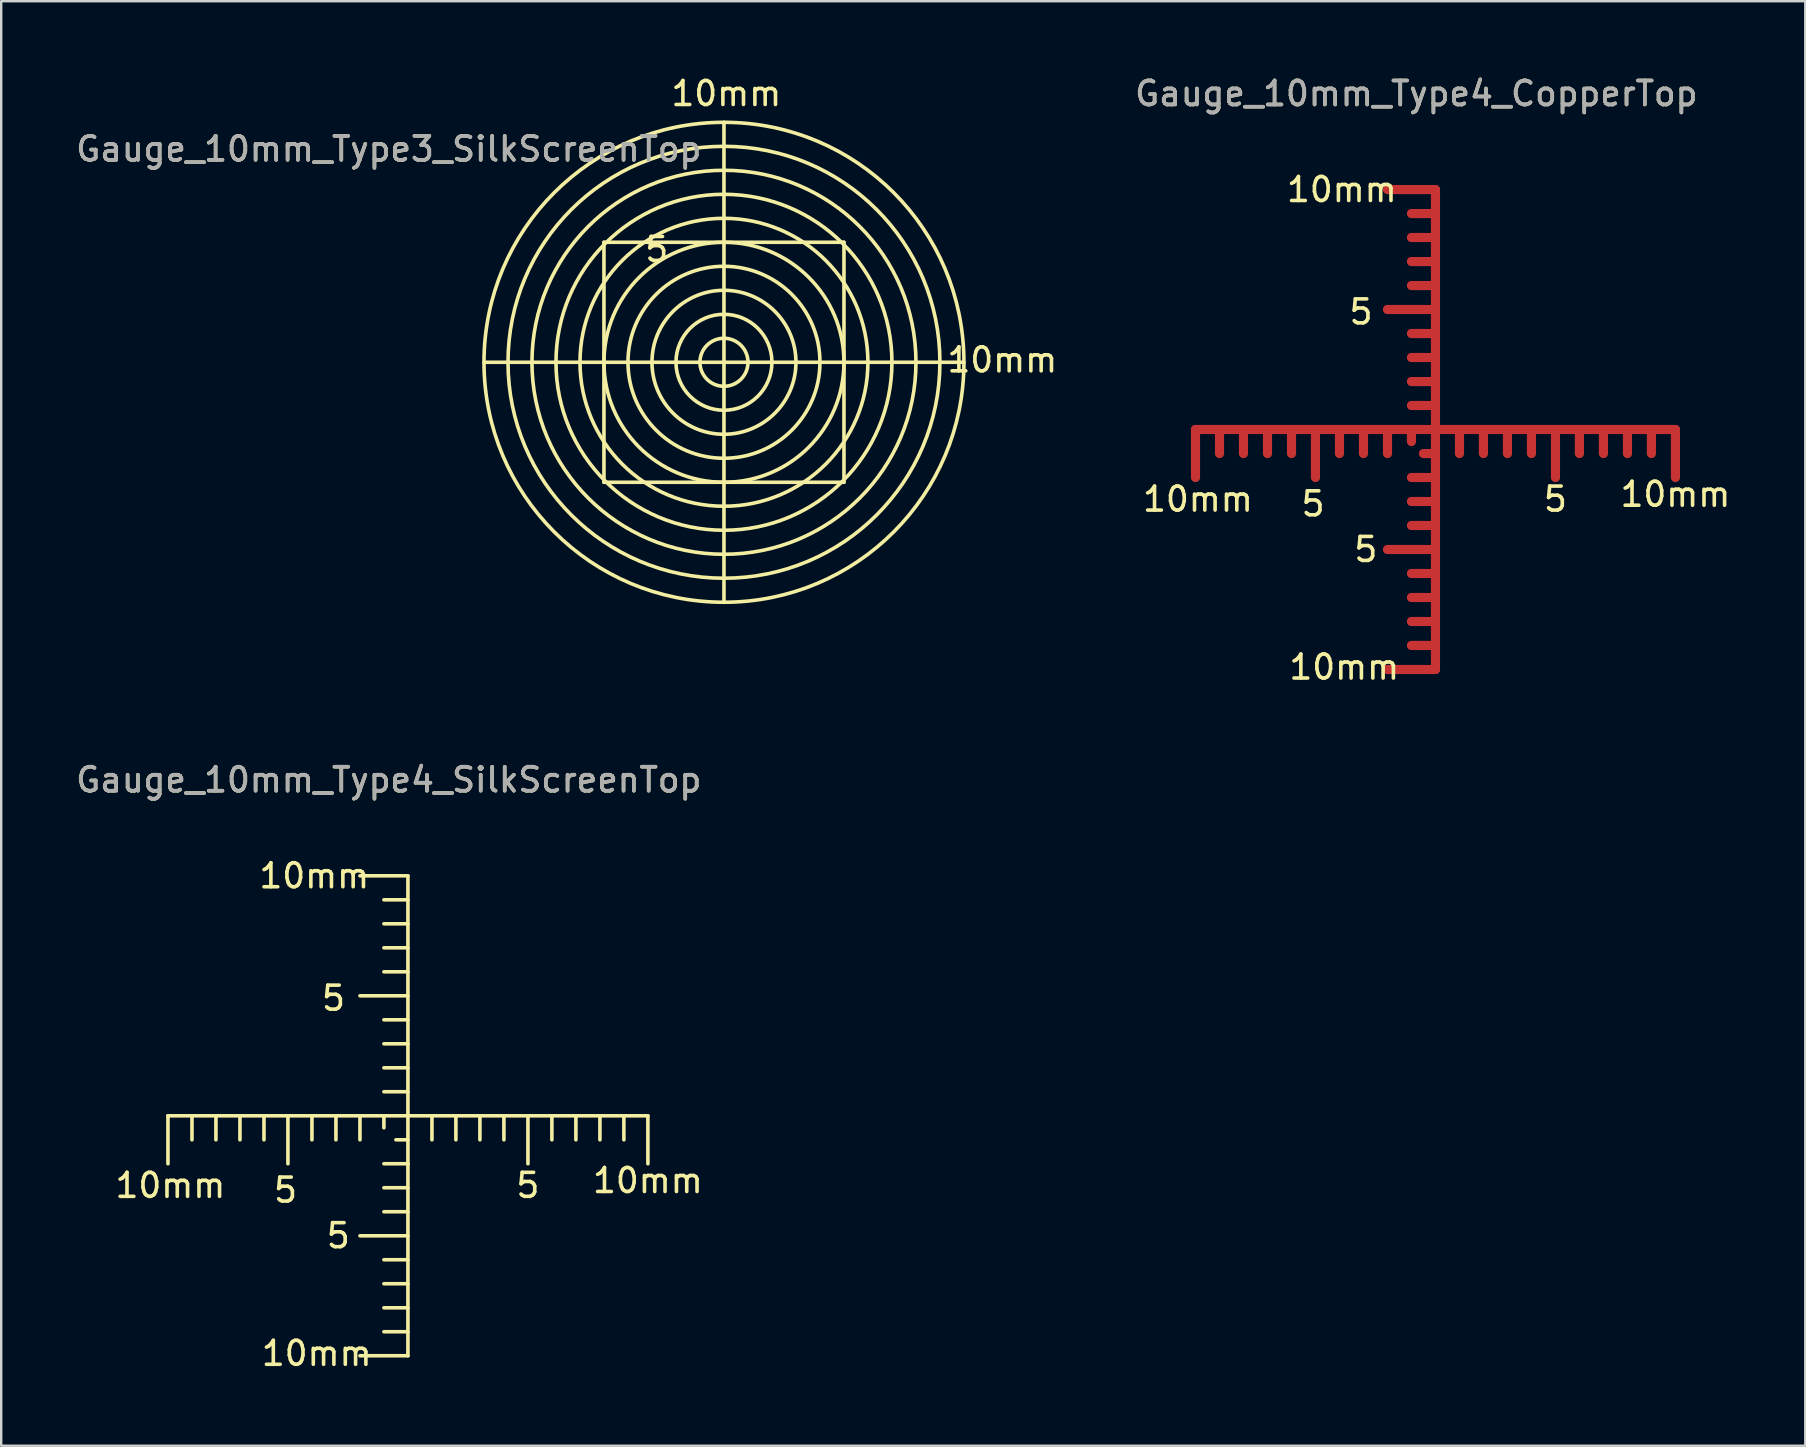
<source format=kicad_pcb>
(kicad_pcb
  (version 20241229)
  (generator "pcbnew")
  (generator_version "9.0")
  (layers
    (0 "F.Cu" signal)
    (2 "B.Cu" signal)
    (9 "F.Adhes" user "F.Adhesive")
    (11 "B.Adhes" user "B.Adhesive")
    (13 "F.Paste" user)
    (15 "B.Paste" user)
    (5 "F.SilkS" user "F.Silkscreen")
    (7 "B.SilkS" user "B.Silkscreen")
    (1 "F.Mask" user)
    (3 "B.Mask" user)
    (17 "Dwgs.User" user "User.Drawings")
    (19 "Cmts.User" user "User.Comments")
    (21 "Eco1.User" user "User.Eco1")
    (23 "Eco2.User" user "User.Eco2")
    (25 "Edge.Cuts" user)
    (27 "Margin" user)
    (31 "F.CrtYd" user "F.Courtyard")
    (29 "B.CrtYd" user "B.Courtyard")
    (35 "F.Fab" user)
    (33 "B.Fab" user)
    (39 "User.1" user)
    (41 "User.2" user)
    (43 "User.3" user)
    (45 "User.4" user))
  (footprint "Gauge_10mm_Type4_SilkScreenTop"
    (layer "F.Cu")
    (at 13.949 43.447)
    (property "Reference" "Gauge_10mm_Type4_SilkScreenTop" (at -0.8 -14 0) (layer "F.SilkS") (effects (font (size 1 1) (thickness 0.15))))
    (attr exclude_from_pos_files exclude_from_bom)
    (fp_line (start -10 0) (end -10 1.999) (stroke (width 0.15) (type solid)) (layer "F.SilkS"))
    (fp_line (start -8.999 0) (end -8.999 1.001) (stroke (width 0.15) (type solid)) (layer "F.SilkS"))
    (fp_line (start -8.001 0) (end -8.001 1.001) (stroke (width 0.15) (type solid)) (layer "F.SilkS"))
    (fp_line (start -7 0) (end -7 1.001) (stroke (width 0.15) (type solid)) (layer "F.SilkS"))
    (fp_line (start -5.999 0) (end -5.999 1.001) (stroke (width 0.15) (type solid)) (layer "F.SilkS"))
    (fp_line (start -5.001 0) (end -5.001 1.999) (stroke (width 0.15) (type solid)) (layer "F.SilkS"))
    (fp_line (start -4 0) (end -4 1.001) (stroke (width 0.15) (type solid)) (layer "F.SilkS"))
    (fp_line (start -3 0) (end -3 1.001) (stroke (width 0.15) (type solid)) (layer "F.SilkS"))
    (fp_line (start -1.999 0) (end -1.999 1.001) (stroke (width 0.15) (type solid)) (layer "F.SilkS"))
    (fp_line (start -1.001 0) (end -1.001 0.5) (stroke (width 0.15) (type solid)) (layer "F.SilkS"))
    (fp_line (start 0 -10) (end -1.999 -10) (stroke (width 0.15) (type solid)) (layer "F.SilkS"))
    (fp_line (start 0 -8.999) (end -1.001 -8.999) (stroke (width 0.15) (type solid)) (layer "F.SilkS"))
    (fp_line (start 0 -8.001) (end -1.001 -8.001) (stroke (width 0.15) (type solid)) (layer "F.SilkS"))
    (fp_line (start 0 -7) (end -1.001 -7) (stroke (width 0.15) (type solid)) (layer "F.SilkS"))
    (fp_line (start 0 -5.999) (end -1.001 -5.999) (stroke (width 0.15) (type solid)) (layer "F.SilkS"))
    (fp_line (start 0 -5.001) (end -1.999 -5.001) (stroke (width 0.15) (type solid)) (layer "F.SilkS"))
    (fp_line (start 0 -4) (end -1.001 -4) (stroke (width 0.15) (type solid)) (layer "F.SilkS"))
    (fp_line (start 0 -3) (end -1.001 -3) (stroke (width 0.15) (type solid)) (layer "F.SilkS"))
    (fp_line (start 0 -1.999) (end -1.001 -1.999) (stroke (width 0.15) (type solid)) (layer "F.SilkS"))
    (fp_line (start 0 -1.001) (end -1.001 -1.001) (stroke (width 0.15) (type solid)) (layer "F.SilkS"))
    (fp_line (start 0 0) (end -10 0) (stroke (width 0.15) (type solid)) (layer "F.SilkS"))
    (fp_line (start 0 0) (end 0 -10) (stroke (width 0.15) (type solid)) (layer "F.SilkS"))
    (fp_line (start 0 0) (end 0 1.999) (stroke (width 0.15) (type solid)) (layer "F.SilkS"))
    (fp_line (start 0 0) (end 10 0) (stroke (width 0.15) (type solid)) (layer "F.SilkS"))
    (fp_line (start 0 1.001) (end -0.5 1.001) (stroke (width 0.15) (type solid)) (layer "F.SilkS"))
    (fp_line (start 0 1.999) (end -1.001 1.999) (stroke (width 0.15) (type solid)) (layer "F.SilkS"))
    (fp_line (start 0 1.999) (end 0 10) (stroke (width 0.15) (type solid)) (layer "F.SilkS"))
    (fp_line (start 0 3) (end -1.001 3) (stroke (width 0.15) (type solid)) (layer "F.SilkS"))
    (fp_line (start 0 4) (end -1.001 4) (stroke (width 0.15) (type solid)) (layer "F.SilkS"))
    (fp_line (start 0 5.001) (end -1.999 5.001) (stroke (width 0.15) (type solid)) (layer "F.SilkS"))
    (fp_line (start 0 5.999) (end -1.001 5.999) (stroke (width 0.15) (type solid)) (layer "F.SilkS"))
    (fp_line (start 0 7) (end -1.001 7) (stroke (width 0.15) (type solid)) (layer "F.SilkS"))
    (fp_line (start 0 8.001) (end -1.001 8.001) (stroke (width 0.15) (type solid)) (layer "F.SilkS"))
    (fp_line (start 0 8.999) (end -1.001 8.999) (stroke (width 0.15) (type solid)) (layer "F.SilkS"))
    (fp_line (start 0 10) (end -1.999 10) (stroke (width 0.15) (type solid)) (layer "F.SilkS"))
    (fp_line (start 1.001 0) (end 1.001 1.001) (stroke (width 0.15) (type solid)) (layer "F.SilkS"))
    (fp_line (start 1.999 0) (end 1.999 1.001) (stroke (width 0.15) (type solid)) (layer "F.SilkS"))
    (fp_line (start 3 0) (end 3 1.001) (stroke (width 0.15) (type solid)) (layer "F.SilkS"))
    (fp_line (start 4 0) (end 4 1.001) (stroke (width 0.15) (type solid)) (layer "F.SilkS"))
    (fp_line (start 5.001 0) (end 5.001 1.999) (stroke (width 0.15) (type solid)) (layer "F.SilkS"))
    (fp_line (start 5.999 0) (end 5.999 1.001) (stroke (width 0.15) (type solid)) (layer "F.SilkS"))
    (fp_line (start 7 0) (end 7 1.001) (stroke (width 0.15) (type solid)) (layer "F.SilkS"))
    (fp_line (start 8.001 0) (end 8.001 1.001) (stroke (width 0.15) (type solid)) (layer "F.SilkS"))
    (fp_line (start 8.999 0) (end 8.999 1.001) (stroke (width 0.15) (type solid)) (layer "F.SilkS"))
    (fp_line (start 10 0) (end 10 1.999) (stroke (width 0.15) (type solid)) (layer "F.SilkS"))
    (fp_text user "10mm" (at -3.901 -10 0) (layer "F.SilkS") (effects (font (size 1 1) (thickness 0.15))))
    (fp_text user "5" (at -5.1 3.099 0) (layer "F.SilkS") (effects (font (size 1 1) (thickness 0.15))))
    (fp_text user "5" (at -3.101 -4.9 0) (layer "F.SilkS") (effects (font (size 1 1) (thickness 0.15))))
    (fp_text user "5" (at 4.999 2.901 0) (layer "F.SilkS") (effects (font (size 1 1) (thickness 0.15))))
    (fp_text user "10mm" (at -3.8 9.901 0) (layer "F.SilkS") (effects (font (size 1 1) (thickness 0.15))))
    (fp_text user "10mm" (at -9.898 2.901 0) (layer "F.SilkS") (effects (font (size 1 1) (thickness 0.15))))
    (fp_text user "5" (at -2.901 4.999 0) (layer "F.SilkS") (effects (font (size 1 1) (thickness 0.15))))
    (fp_text user "10mm" (at 10 2.7 0) (layer "F.SilkS") (effects (font (size 1 1) (thickness 0.15))))
    (fp_text user "${REFERENCE}" (at -0.8 -14 0) (layer "F.Fab") (effects (font (size 1 1) (thickness 0.15)))))
  (footprint "Gauge_10mm_Type4_CopperTop"
    (layer "F.Cu")
    (at 56.769 14.849)
    (property "Reference" "Gauge_10mm_Type4_CopperTop" (at -0.8 -14 0) (layer "F.SilkS") (effects (font (size 1 1) (thickness 0.15))))
    (attr exclude_from_pos_files exclude_from_bom)
    (fp_line (start -10 0) (end -10 1.999) (stroke (width 0.381) (type solid)) (layer "F.Cu"))
    (fp_line (start -8.999 0) (end -8.999 1.001) (stroke (width 0.381) (type solid)) (layer "F.Cu"))
    (fp_line (start -8.001 0) (end -8.001 1.001) (stroke (width 0.381) (type solid)) (layer "F.Cu"))
    (fp_line (start -7 0) (end -7 1.001) (stroke (width 0.381) (type solid)) (layer "F.Cu"))
    (fp_line (start -5.999 0) (end -5.999 1.001) (stroke (width 0.381) (type solid)) (layer "F.Cu"))
    (fp_line (start -5.001 0) (end -5.001 1.999) (stroke (width 0.381) (type solid)) (layer "F.Cu"))
    (fp_line (start -4 0) (end -4 1.001) (stroke (width 0.381) (type solid)) (layer "F.Cu"))
    (fp_line (start -3 0) (end -3 1.001) (stroke (width 0.381) (type solid)) (layer "F.Cu"))
    (fp_line (start -1.999 0) (end -1.999 1.001) (stroke (width 0.381) (type solid)) (layer "F.Cu"))
    (fp_line (start -1.001 0) (end -1.001 0.5) (stroke (width 0.381) (type solid)) (layer "F.Cu"))
    (fp_line (start 0 -10) (end -1.999 -10) (stroke (width 0.381) (type solid)) (layer "F.Cu"))
    (fp_line (start 0 -8.999) (end -1.001 -8.999) (stroke (width 0.381) (type solid)) (layer "F.Cu"))
    (fp_line (start 0 -8.001) (end -1.001 -8.001) (stroke (width 0.381) (type solid)) (layer "F.Cu"))
    (fp_line (start 0 -7) (end -1.001 -7) (stroke (width 0.381) (type solid)) (layer "F.Cu"))
    (fp_line (start 0 -5.999) (end -1.001 -5.999) (stroke (width 0.381) (type solid)) (layer "F.Cu"))
    (fp_line (start 0 -5.001) (end -1.999 -5.001) (stroke (width 0.381) (type solid)) (layer "F.Cu"))
    (fp_line (start 0 -4) (end -1.001 -4) (stroke (width 0.381) (type solid)) (layer "F.Cu"))
    (fp_line (start 0 -3) (end -1.001 -3) (stroke (width 0.381) (type solid)) (layer "F.Cu"))
    (fp_line (start 0 -1.999) (end -1.001 -1.999) (stroke (width 0.381) (type solid)) (layer "F.Cu"))
    (fp_line (start 0 -1.001) (end -1.001 -1.001) (stroke (width 0.381) (type solid)) (layer "F.Cu"))
    (fp_line (start 0 0) (end -10 0) (stroke (width 0.381) (type solid)) (layer "F.Cu"))
    (fp_line (start 0 0) (end 0 -10) (stroke (width 0.381) (type solid)) (layer "F.Cu"))
    (fp_line (start 0 0) (end 0 1.999) (stroke (width 0.381) (type solid)) (layer "F.Cu"))
    (fp_line (start 0 0) (end 10 0) (stroke (width 0.381) (type solid)) (layer "F.Cu"))
    (fp_line (start 0 1.001) (end -0.5 1.001) (stroke (width 0.381) (type solid)) (layer "F.Cu"))
    (fp_line (start 0 1.999) (end -1.001 1.999) (stroke (width 0.381) (type solid)) (layer "F.Cu"))
    (fp_line (start 0 1.999) (end 0 10) (stroke (width 0.381) (type solid)) (layer "F.Cu"))
    (fp_line (start 0 3) (end -1.001 3) (stroke (width 0.381) (type solid)) (layer "F.Cu"))
    (fp_line (start 0 4) (end -1.001 4) (stroke (width 0.381) (type solid)) (layer "F.Cu"))
    (fp_line (start 0 5.001) (end -1.999 5.001) (stroke (width 0.381) (type solid)) (layer "F.Cu"))
    (fp_line (start 0 5.999) (end -1.001 5.999) (stroke (width 0.381) (type solid)) (layer "F.Cu"))
    (fp_line (start 0 7) (end -1.001 7) (stroke (width 0.381) (type solid)) (layer "F.Cu"))
    (fp_line (start 0 8.001) (end -1.001 8.001) (stroke (width 0.381) (type solid)) (layer "F.Cu"))
    (fp_line (start 0 8.999) (end -1.001 8.999) (stroke (width 0.381) (type solid)) (layer "F.Cu"))
    (fp_line (start 0 10) (end -1.999 10) (stroke (width 0.381) (type solid)) (layer "F.Cu"))
    (fp_line (start 1.001 0) (end 1.001 1.001) (stroke (width 0.381) (type solid)) (layer "F.Cu"))
    (fp_line (start 1.999 0) (end 1.999 1.001) (stroke (width 0.381) (type solid)) (layer "F.Cu"))
    (fp_line (start 3 0) (end 3 1.001) (stroke (width 0.381) (type solid)) (layer "F.Cu"))
    (fp_line (start 4 0) (end 4 1.001) (stroke (width 0.381) (type solid)) (layer "F.Cu"))
    (fp_line (start 5.001 0) (end 5.001 1.999) (stroke (width 0.381) (type solid)) (layer "F.Cu"))
    (fp_line (start 5.999 0) (end 5.999 1.001) (stroke (width 0.381) (type solid)) (layer "F.Cu"))
    (fp_line (start 7 0) (end 7 1.001) (stroke (width 0.381) (type solid)) (layer "F.Cu"))
    (fp_line (start 8.001 0) (end 8.001 1.001) (stroke (width 0.381) (type solid)) (layer "F.Cu"))
    (fp_line (start 8.999 0) (end 8.999 1.001) (stroke (width 0.381) (type solid)) (layer "F.Cu"))
    (fp_line (start 10 0) (end 10 1.999) (stroke (width 0.381) (type solid)) (layer "F.Cu"))
    (fp_text user "10mm" (at -9.898 2.901 0) (layer "F.SilkS") (effects (font (size 1 1) (thickness 0.15))))
    (fp_text user "5" (at -5.1 3.099 0) (layer "F.SilkS") (effects (font (size 1 1) (thickness 0.15))))
    (fp_text user "5" (at -3.101 -4.9 0) (layer "F.SilkS") (effects (font (size 1 1) (thickness 0.15))))
    (fp_text user "10mm" (at -3.901 -10 0) (layer "F.SilkS") (effects (font (size 1 1) (thickness 0.15))))
    (fp_text user "10mm" (at -3.8 9.901 0) (layer "F.SilkS") (effects (font (size 1 1) (thickness 0.15))))
    (fp_text user "5" (at 4.999 2.901 0) (layer "F.SilkS") (effects (font (size 1 1) (thickness 0.15))))
    (fp_text user "10mm" (at 10 2.7 0) (layer "F.SilkS") (effects (font (size 1 1) (thickness 0.15))))
    (fp_text user "5" (at -2.901 4.999 0) (layer "F.SilkS") (effects (font (size 1 1) (thickness 0.15))))
    (fp_text user "${REFERENCE}" (at -0.8 -14 0) (layer "F.Fab") (effects (font (size 1 1) (thickness 0.15)))))
  (footprint "Gauge_10mm_Type3_SilkScreenTop"
    (layer "F.Cu")
    (at 27.119 12.047)
    (property "Reference" "Gauge_10mm_Type3_SilkScreenTop" (at -13.97 -8.89 0) (layer "F.SilkS") (effects (font (size 1 1) (thickness 0.15))))
    (attr exclude_from_pos_files exclude_from_bom)
    (fp_line (start -5.001 -5.001) (end -5.001 0) (stroke (width 0.15) (type solid)) (layer "F.SilkS"))
    (fp_line (start -5.001 5.001) (end -5.001 0) (stroke (width 0.15) (type solid)) (layer "F.SilkS"))
    (fp_line (start -1.999 0) (end -10 0) (stroke (width 0.15) (type solid)) (layer "F.SilkS"))
    (fp_line (start 0 -5.001) (end -5.001 -5.001) (stroke (width 0.15) (type solid)) (layer "F.SilkS"))
    (fp_line (start 0 -5.001) (end 5.001 -5.001) (stroke (width 0.15) (type solid)) (layer "F.SilkS"))
    (fp_line (start 0 0) (end -1.999 0) (stroke (width 0.15) (type solid)) (layer "F.SilkS"))
    (fp_line (start 0 0) (end 0 -10) (stroke (width 0.15) (type solid)) (layer "F.SilkS"))
    (fp_line (start 0 0) (end 0 1.999) (stroke (width 0.15) (type solid)) (layer "F.SilkS"))
    (fp_line (start 0 0) (end 10 0) (stroke (width 0.15) (type solid)) (layer "F.SilkS"))
    (fp_line (start 0 1.999) (end 0 10) (stroke (width 0.15) (type solid)) (layer "F.SilkS"))
    (fp_line (start 0 5.001) (end -5.001 5.001) (stroke (width 0.15) (type solid)) (layer "F.SilkS"))
    (fp_line (start 5.001 -5.001) (end 5.001 0) (stroke (width 0.15) (type solid)) (layer "F.SilkS"))
    (fp_line (start 5.001 0) (end 5.001 5.001) (stroke (width 0.15) (type solid)) (layer "F.SilkS"))
    (fp_line (start 5.001 5.001) (end 0 5.001) (stroke (width 0.15) (type solid)) (layer "F.SilkS"))
    (fp_circle (center 0 0) (end 0 -8.999) (stroke (width 0.15) (type solid)) (fill no) (layer "F.SilkS"))
    (fp_circle (center 0 0) (end 0 -8.001) (stroke (width 0.15) (type solid)) (fill no) (layer "F.SilkS"))
    (fp_circle (center 0 0) (end 0 -7) (stroke (width 0.15) (type solid)) (fill no) (layer "F.SilkS"))
    (fp_circle (center 0 0) (end 0 -5.999) (stroke (width 0.15) (type solid)) (fill no) (layer "F.SilkS"))
    (fp_circle (center 0 0) (end 0 -4) (stroke (width 0.15) (type solid)) (fill no) (layer "F.SilkS"))
    (fp_circle (center 0 0) (end 0 -3) (stroke (width 0.15) (type solid)) (fill no) (layer "F.SilkS"))
    (fp_circle (center 0 0) (end 0 -1.999) (stroke (width 0.15) (type solid)) (fill no) (layer "F.SilkS"))
    (fp_circle (center 0 0) (end 0 -1.001) (stroke (width 0.15) (type solid)) (fill no) (layer "F.SilkS"))
    (fp_circle (center 0 0) (end 5.001 0) (stroke (width 0.15) (type solid)) (fill no) (layer "F.SilkS"))
    (fp_circle (center 0 0) (end 10 0) (stroke (width 0.15) (type solid)) (fill no) (layer "F.SilkS"))
    (fp_text user "5" (at -2.799 -4.699 0) (layer "F.SilkS") (effects (font (size 1 1) (thickness 0.15))))
    (fp_text user "10mm" (at 11.6 -0.099 0) (layer "F.SilkS") (effects (font (size 1 1) (thickness 0.15))))
    (fp_text user "10mm" (at 0.099 -11.199 0) (layer "F.SilkS") (effects (font (size 1 1) (thickness 0.15))))
    (fp_text user "${REFERENCE}" (at -13.97 -8.89 0) (layer "F.Fab") (effects (font (size 1 1) (thickness 0.15)))))
  (gr_rect
    (start -3 -3)
    (end 72.18 57.196)
    (stroke (width 0.1) (type default))
    (fill no)
    (layer "Edge.Cuts")))
</source>
